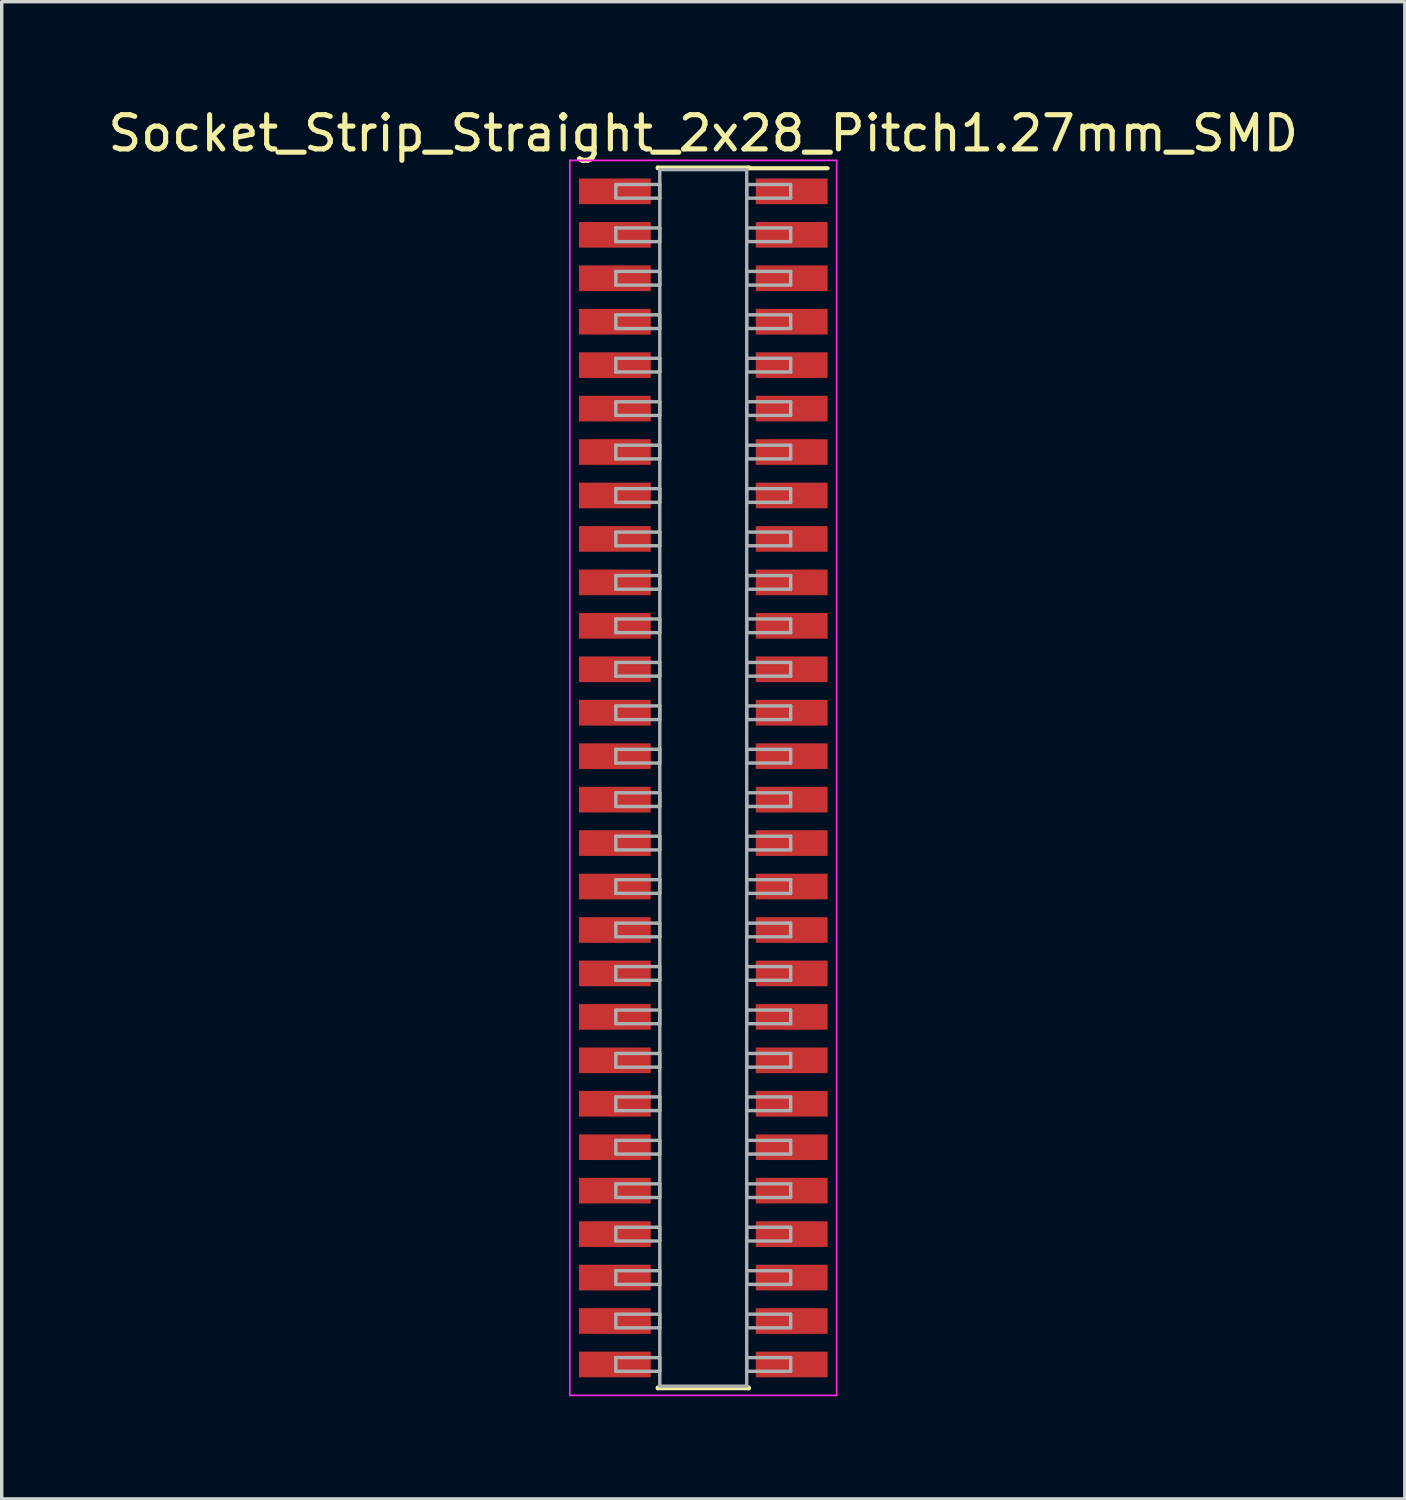
<source format=kicad_pcb>
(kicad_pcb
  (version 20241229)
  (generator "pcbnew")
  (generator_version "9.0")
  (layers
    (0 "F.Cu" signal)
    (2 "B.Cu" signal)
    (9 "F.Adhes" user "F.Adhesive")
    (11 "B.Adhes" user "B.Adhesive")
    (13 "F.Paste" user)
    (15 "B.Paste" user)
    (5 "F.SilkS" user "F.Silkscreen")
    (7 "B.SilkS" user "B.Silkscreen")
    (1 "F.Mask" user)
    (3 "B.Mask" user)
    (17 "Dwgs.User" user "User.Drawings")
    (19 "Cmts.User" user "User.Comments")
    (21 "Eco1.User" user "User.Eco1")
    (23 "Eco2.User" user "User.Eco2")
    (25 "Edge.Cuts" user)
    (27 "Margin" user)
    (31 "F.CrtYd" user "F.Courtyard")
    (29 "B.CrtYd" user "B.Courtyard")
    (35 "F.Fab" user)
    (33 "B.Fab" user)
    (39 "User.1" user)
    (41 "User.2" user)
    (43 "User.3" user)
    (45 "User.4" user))
  (footprint "Socket_Strip_Straight_2x28_Pitch1.27mm_SMD"
    (layer "F.Cu")
    (at 17.506 19.688)
    (property "Reference" "Socket_Strip_Straight_2x28_Pitch1.27mm_SMD" (at 0 -18.84 0) (layer "F.SilkS") (effects (font (size 1 1) (thickness 0.15))))
    (attr smd)
    (fp_line (start -1.33 -17.84) (end 1.33 -17.84) (stroke (width 0.12) (type solid)) (layer "F.SilkS"))
    (fp_line (start -1.33 -17.82) (end -1.33 -17.84) (stroke (width 0.12) (type solid)) (layer "F.SilkS"))
    (fp_line (start -1.33 17.82) (end -1.33 17.84) (stroke (width 0.12) (type solid)) (layer "F.SilkS"))
    (fp_line (start -1.33 17.84) (end 1.33 17.84) (stroke (width 0.12) (type solid)) (layer "F.SilkS"))
    (fp_line (start 1.33 -17.84) (end 1.33 -17.82) (stroke (width 0.12) (type solid)) (layer "F.SilkS"))
    (fp_line (start 1.33 17.84) (end 1.33 17.82) (stroke (width 0.12) (type solid)) (layer "F.SilkS"))
    (fp_line (start 3.635 -17.82) (end 1.33 -17.82) (stroke (width 0.12) (type solid)) (layer "F.SilkS"))
    (fp_line (start -3.9 -18.05) (end -3.9 18.05) (stroke (width 0.05) (type solid)) (layer "F.CrtYd"))
    (fp_line (start -3.9 18.05) (end 3.9 18.05) (stroke (width 0.05) (type solid)) (layer "F.CrtYd"))
    (fp_line (start 3.9 -18.05) (end -3.9 -18.05) (stroke (width 0.05) (type solid)) (layer "F.CrtYd"))
    (fp_line (start 3.9 18.05) (end 3.9 -18.05) (stroke (width 0.05) (type solid)) (layer "F.CrtYd"))
    (fp_line (start -2.555 -17.345) (end -1.27 -17.345) (stroke (width 0.1) (type solid)) (layer "F.Fab"))
    (fp_line (start -2.555 -16.945) (end -2.555 -17.345) (stroke (width 0.1) (type solid)) (layer "F.Fab"))
    (fp_line (start -2.555 -16.075) (end -1.27 -16.075) (stroke (width 0.1) (type solid)) (layer "F.Fab"))
    (fp_line (start -2.555 -15.675) (end -2.555 -16.075) (stroke (width 0.1) (type solid)) (layer "F.Fab"))
    (fp_line (start -2.555 -14.805) (end -1.27 -14.805) (stroke (width 0.1) (type solid)) (layer "F.Fab"))
    (fp_line (start -2.555 -14.405) (end -2.555 -14.805) (stroke (width 0.1) (type solid)) (layer "F.Fab"))
    (fp_line (start -2.555 -13.535) (end -1.27 -13.535) (stroke (width 0.1) (type solid)) (layer "F.Fab"))
    (fp_line (start -2.555 -13.135) (end -2.555 -13.535) (stroke (width 0.1) (type solid)) (layer "F.Fab"))
    (fp_line (start -2.555 -12.265) (end -1.27 -12.265) (stroke (width 0.1) (type solid)) (layer "F.Fab"))
    (fp_line (start -2.555 -11.865) (end -2.555 -12.265) (stroke (width 0.1) (type solid)) (layer "F.Fab"))
    (fp_line (start -2.555 -10.995) (end -1.27 -10.995) (stroke (width 0.1) (type solid)) (layer "F.Fab"))
    (fp_line (start -2.555 -10.595) (end -2.555 -10.995) (stroke (width 0.1) (type solid)) (layer "F.Fab"))
    (fp_line (start -2.555 -9.725) (end -1.27 -9.725) (stroke (width 0.1) (type solid)) (layer "F.Fab"))
    (fp_line (start -2.555 -9.325) (end -2.555 -9.725) (stroke (width 0.1) (type solid)) (layer "F.Fab"))
    (fp_line (start -2.555 -8.455) (end -1.27 -8.455) (stroke (width 0.1) (type solid)) (layer "F.Fab"))
    (fp_line (start -2.555 -8.055) (end -2.555 -8.455) (stroke (width 0.1) (type solid)) (layer "F.Fab"))
    (fp_line (start -2.555 -7.185) (end -1.27 -7.185) (stroke (width 0.1) (type solid)) (layer "F.Fab"))
    (fp_line (start -2.555 -6.785) (end -2.555 -7.185) (stroke (width 0.1) (type solid)) (layer "F.Fab"))
    (fp_line (start -2.555 -5.915) (end -1.27 -5.915) (stroke (width 0.1) (type solid)) (layer "F.Fab"))
    (fp_line (start -2.555 -5.515) (end -2.555 -5.915) (stroke (width 0.1) (type solid)) (layer "F.Fab"))
    (fp_line (start -2.555 -4.645) (end -1.27 -4.645) (stroke (width 0.1) (type solid)) (layer "F.Fab"))
    (fp_line (start -2.555 -4.245) (end -2.555 -4.645) (stroke (width 0.1) (type solid)) (layer "F.Fab"))
    (fp_line (start -2.555 -3.375) (end -1.27 -3.375) (stroke (width 0.1) (type solid)) (layer "F.Fab"))
    (fp_line (start -2.555 -2.975) (end -2.555 -3.375) (stroke (width 0.1) (type solid)) (layer "F.Fab"))
    (fp_line (start -2.555 -2.105) (end -1.27 -2.105) (stroke (width 0.1) (type solid)) (layer "F.Fab"))
    (fp_line (start -2.555 -1.705) (end -2.555 -2.105) (stroke (width 0.1) (type solid)) (layer "F.Fab"))
    (fp_line (start -2.555 -0.835) (end -1.27 -0.835) (stroke (width 0.1) (type solid)) (layer "F.Fab"))
    (fp_line (start -2.555 -0.435) (end -2.555 -0.835) (stroke (width 0.1) (type solid)) (layer "F.Fab"))
    (fp_line (start -2.555 0.435) (end -1.27 0.435) (stroke (width 0.1) (type solid)) (layer "F.Fab"))
    (fp_line (start -2.555 0.835) (end -2.555 0.435) (stroke (width 0.1) (type solid)) (layer "F.Fab"))
    (fp_line (start -2.555 1.705) (end -1.27 1.705) (stroke (width 0.1) (type solid)) (layer "F.Fab"))
    (fp_line (start -2.555 2.105) (end -2.555 1.705) (stroke (width 0.1) (type solid)) (layer "F.Fab"))
    (fp_line (start -2.555 2.975) (end -1.27 2.975) (stroke (width 0.1) (type solid)) (layer "F.Fab"))
    (fp_line (start -2.555 3.375) (end -2.555 2.975) (stroke (width 0.1) (type solid)) (layer "F.Fab"))
    (fp_line (start -2.555 4.245) (end -1.27 4.245) (stroke (width 0.1) (type solid)) (layer "F.Fab"))
    (fp_line (start -2.555 4.645) (end -2.555 4.245) (stroke (width 0.1) (type solid)) (layer "F.Fab"))
    (fp_line (start -2.555 5.515) (end -1.27 5.515) (stroke (width 0.1) (type solid)) (layer "F.Fab"))
    (fp_line (start -2.555 5.915) (end -2.555 5.515) (stroke (width 0.1) (type solid)) (layer "F.Fab"))
    (fp_line (start -2.555 6.785) (end -1.27 6.785) (stroke (width 0.1) (type solid)) (layer "F.Fab"))
    (fp_line (start -2.555 7.185) (end -2.555 6.785) (stroke (width 0.1) (type solid)) (layer "F.Fab"))
    (fp_line (start -2.555 8.055) (end -1.27 8.055) (stroke (width 0.1) (type solid)) (layer "F.Fab"))
    (fp_line (start -2.555 8.455) (end -2.555 8.055) (stroke (width 0.1) (type solid)) (layer "F.Fab"))
    (fp_line (start -2.555 9.325) (end -1.27 9.325) (stroke (width 0.1) (type solid)) (layer "F.Fab"))
    (fp_line (start -2.555 9.725) (end -2.555 9.325) (stroke (width 0.1) (type solid)) (layer "F.Fab"))
    (fp_line (start -2.555 10.595) (end -1.27 10.595) (stroke (width 0.1) (type solid)) (layer "F.Fab"))
    (fp_line (start -2.555 10.995) (end -2.555 10.595) (stroke (width 0.1) (type solid)) (layer "F.Fab"))
    (fp_line (start -2.555 11.865) (end -1.27 11.865) (stroke (width 0.1) (type solid)) (layer "F.Fab"))
    (fp_line (start -2.555 12.265) (end -2.555 11.865) (stroke (width 0.1) (type solid)) (layer "F.Fab"))
    (fp_line (start -2.555 13.135) (end -1.27 13.135) (stroke (width 0.1) (type solid)) (layer "F.Fab"))
    (fp_line (start -2.555 13.535) (end -2.555 13.135) (stroke (width 0.1) (type solid)) (layer "F.Fab"))
    (fp_line (start -2.555 14.405) (end -1.27 14.405) (stroke (width 0.1) (type solid)) (layer "F.Fab"))
    (fp_line (start -2.555 14.805) (end -2.555 14.405) (stroke (width 0.1) (type solid)) (layer "F.Fab"))
    (fp_line (start -2.555 15.675) (end -1.27 15.675) (stroke (width 0.1) (type solid)) (layer "F.Fab"))
    (fp_line (start -2.555 16.075) (end -2.555 15.675) (stroke (width 0.1) (type solid)) (layer "F.Fab"))
    (fp_line (start -2.555 16.945) (end -1.27 16.945) (stroke (width 0.1) (type solid)) (layer "F.Fab"))
    (fp_line (start -2.555 17.345) (end -2.555 16.945) (stroke (width 0.1) (type solid)) (layer "F.Fab"))
    (fp_line (start -1.27 -17.78) (end -1.27 17.78) (stroke (width 0.1) (type solid)) (layer "F.Fab"))
    (fp_line (start -1.27 -17.345) (end -1.27 -16.945) (stroke (width 0.1) (type solid)) (layer "F.Fab"))
    (fp_line (start -1.27 -16.945) (end -2.555 -16.945) (stroke (width 0.1) (type solid)) (layer "F.Fab"))
    (fp_line (start -1.27 -16.075) (end -1.27 -15.675) (stroke (width 0.1) (type solid)) (layer "F.Fab"))
    (fp_line (start -1.27 -15.675) (end -2.555 -15.675) (stroke (width 0.1) (type solid)) (layer "F.Fab"))
    (fp_line (start -1.27 -14.805) (end -1.27 -14.405) (stroke (width 0.1) (type solid)) (layer "F.Fab"))
    (fp_line (start -1.27 -14.405) (end -2.555 -14.405) (stroke (width 0.1) (type solid)) (layer "F.Fab"))
    (fp_line (start -1.27 -13.535) (end -1.27 -13.135) (stroke (width 0.1) (type solid)) (layer "F.Fab"))
    (fp_line (start -1.27 -13.135) (end -2.555 -13.135) (stroke (width 0.1) (type solid)) (layer "F.Fab"))
    (fp_line (start -1.27 -12.265) (end -1.27 -11.865) (stroke (width 0.1) (type solid)) (layer "F.Fab"))
    (fp_line (start -1.27 -11.865) (end -2.555 -11.865) (stroke (width 0.1) (type solid)) (layer "F.Fab"))
    (fp_line (start -1.27 -10.995) (end -1.27 -10.595) (stroke (width 0.1) (type solid)) (layer "F.Fab"))
    (fp_line (start -1.27 -10.595) (end -2.555 -10.595) (stroke (width 0.1) (type solid)) (layer "F.Fab"))
    (fp_line (start -1.27 -9.725) (end -1.27 -9.325) (stroke (width 0.1) (type solid)) (layer "F.Fab"))
    (fp_line (start -1.27 -9.325) (end -2.555 -9.325) (stroke (width 0.1) (type solid)) (layer "F.Fab"))
    (fp_line (start -1.27 -8.455) (end -1.27 -8.055) (stroke (width 0.1) (type solid)) (layer "F.Fab"))
    (fp_line (start -1.27 -8.055) (end -2.555 -8.055) (stroke (width 0.1) (type solid)) (layer "F.Fab"))
    (fp_line (start -1.27 -7.185) (end -1.27 -6.785) (stroke (width 0.1) (type solid)) (layer "F.Fab"))
    (fp_line (start -1.27 -6.785) (end -2.555 -6.785) (stroke (width 0.1) (type solid)) (layer "F.Fab"))
    (fp_line (start -1.27 -5.915) (end -1.27 -5.515) (stroke (width 0.1) (type solid)) (layer "F.Fab"))
    (fp_line (start -1.27 -5.515) (end -2.555 -5.515) (stroke (width 0.1) (type solid)) (layer "F.Fab"))
    (fp_line (start -1.27 -4.645) (end -1.27 -4.245) (stroke (width 0.1) (type solid)) (layer "F.Fab"))
    (fp_line (start -1.27 -4.245) (end -2.555 -4.245) (stroke (width 0.1) (type solid)) (layer "F.Fab"))
    (fp_line (start -1.27 -3.375) (end -1.27 -2.975) (stroke (width 0.1) (type solid)) (layer "F.Fab"))
    (fp_line (start -1.27 -2.975) (end -2.555 -2.975) (stroke (width 0.1) (type solid)) (layer "F.Fab"))
    (fp_line (start -1.27 -2.105) (end -1.27 -1.705) (stroke (width 0.1) (type solid)) (layer "F.Fab"))
    (fp_line (start -1.27 -1.705) (end -2.555 -1.705) (stroke (width 0.1) (type solid)) (layer "F.Fab"))
    (fp_line (start -1.27 -0.835) (end -1.27 -0.435) (stroke (width 0.1) (type solid)) (layer "F.Fab"))
    (fp_line (start -1.27 -0.435) (end -2.555 -0.435) (stroke (width 0.1) (type solid)) (layer "F.Fab"))
    (fp_line (start -1.27 0.435) (end -1.27 0.835) (stroke (width 0.1) (type solid)) (layer "F.Fab"))
    (fp_line (start -1.27 0.835) (end -2.555 0.835) (stroke (width 0.1) (type solid)) (layer "F.Fab"))
    (fp_line (start -1.27 1.705) (end -1.27 2.105) (stroke (width 0.1) (type solid)) (layer "F.Fab"))
    (fp_line (start -1.27 2.105) (end -2.555 2.105) (stroke (width 0.1) (type solid)) (layer "F.Fab"))
    (fp_line (start -1.27 2.975) (end -1.27 3.375) (stroke (width 0.1) (type solid)) (layer "F.Fab"))
    (fp_line (start -1.27 3.375) (end -2.555 3.375) (stroke (width 0.1) (type solid)) (layer "F.Fab"))
    (fp_line (start -1.27 4.245) (end -1.27 4.645) (stroke (width 0.1) (type solid)) (layer "F.Fab"))
    (fp_line (start -1.27 4.645) (end -2.555 4.645) (stroke (width 0.1) (type solid)) (layer "F.Fab"))
    (fp_line (start -1.27 5.515) (end -1.27 5.915) (stroke (width 0.1) (type solid)) (layer "F.Fab"))
    (fp_line (start -1.27 5.915) (end -2.555 5.915) (stroke (width 0.1) (type solid)) (layer "F.Fab"))
    (fp_line (start -1.27 6.785) (end -1.27 7.185) (stroke (width 0.1) (type solid)) (layer "F.Fab"))
    (fp_line (start -1.27 7.185) (end -2.555 7.185) (stroke (width 0.1) (type solid)) (layer "F.Fab"))
    (fp_line (start -1.27 8.055) (end -1.27 8.455) (stroke (width 0.1) (type solid)) (layer "F.Fab"))
    (fp_line (start -1.27 8.455) (end -2.555 8.455) (stroke (width 0.1) (type solid)) (layer "F.Fab"))
    (fp_line (start -1.27 9.325) (end -1.27 9.725) (stroke (width 0.1) (type solid)) (layer "F.Fab"))
    (fp_line (start -1.27 9.725) (end -2.555 9.725) (stroke (width 0.1) (type solid)) (layer "F.Fab"))
    (fp_line (start -1.27 10.595) (end -1.27 10.995) (stroke (width 0.1) (type solid)) (layer "F.Fab"))
    (fp_line (start -1.27 10.995) (end -2.555 10.995) (stroke (width 0.1) (type solid)) (layer "F.Fab"))
    (fp_line (start -1.27 11.865) (end -1.27 12.265) (stroke (width 0.1) (type solid)) (layer "F.Fab"))
    (fp_line (start -1.27 12.265) (end -2.555 12.265) (stroke (width 0.1) (type solid)) (layer "F.Fab"))
    (fp_line (start -1.27 13.135) (end -1.27 13.535) (stroke (width 0.1) (type solid)) (layer "F.Fab"))
    (fp_line (start -1.27 13.535) (end -2.555 13.535) (stroke (width 0.1) (type solid)) (layer "F.Fab"))
    (fp_line (start -1.27 14.405) (end -1.27 14.805) (stroke (width 0.1) (type solid)) (layer "F.Fab"))
    (fp_line (start -1.27 14.805) (end -2.555 14.805) (stroke (width 0.1) (type solid)) (layer "F.Fab"))
    (fp_line (start -1.27 15.675) (end -1.27 16.075) (stroke (width 0.1) (type solid)) (layer "F.Fab"))
    (fp_line (start -1.27 16.075) (end -2.555 16.075) (stroke (width 0.1) (type solid)) (layer "F.Fab"))
    (fp_line (start -1.27 16.945) (end -1.27 17.345) (stroke (width 0.1) (type solid)) (layer "F.Fab"))
    (fp_line (start -1.27 17.345) (end -2.555 17.345) (stroke (width 0.1) (type solid)) (layer "F.Fab"))
    (fp_line (start -1.27 17.78) (end 1.27 17.78) (stroke (width 0.1) (type solid)) (layer "F.Fab"))
    (fp_line (start 1.27 -17.78) (end -1.27 -17.78) (stroke (width 0.1) (type solid)) (layer "F.Fab"))
    (fp_line (start 1.27 -17.345) (end 1.27 -16.945) (stroke (width 0.1) (type solid)) (layer "F.Fab"))
    (fp_line (start 1.27 -16.945) (end 2.555 -16.945) (stroke (width 0.1) (type solid)) (layer "F.Fab"))
    (fp_line (start 1.27 -16.075) (end 1.27 -15.675) (stroke (width 0.1) (type solid)) (layer "F.Fab"))
    (fp_line (start 1.27 -15.675) (end 2.555 -15.675) (stroke (width 0.1) (type solid)) (layer "F.Fab"))
    (fp_line (start 1.27 -14.805) (end 1.27 -14.405) (stroke (width 0.1) (type solid)) (layer "F.Fab"))
    (fp_line (start 1.27 -14.405) (end 2.555 -14.405) (stroke (width 0.1) (type solid)) (layer "F.Fab"))
    (fp_line (start 1.27 -13.535) (end 1.27 -13.135) (stroke (width 0.1) (type solid)) (layer "F.Fab"))
    (fp_line (start 1.27 -13.135) (end 2.555 -13.135) (stroke (width 0.1) (type solid)) (layer "F.Fab"))
    (fp_line (start 1.27 -12.265) (end 1.27 -11.865) (stroke (width 0.1) (type solid)) (layer "F.Fab"))
    (fp_line (start 1.27 -11.865) (end 2.555 -11.865) (stroke (width 0.1) (type solid)) (layer "F.Fab"))
    (fp_line (start 1.27 -10.995) (end 1.27 -10.595) (stroke (width 0.1) (type solid)) (layer "F.Fab"))
    (fp_line (start 1.27 -10.595) (end 2.555 -10.595) (stroke (width 0.1) (type solid)) (layer "F.Fab"))
    (fp_line (start 1.27 -9.725) (end 1.27 -9.325) (stroke (width 0.1) (type solid)) (layer "F.Fab"))
    (fp_line (start 1.27 -9.325) (end 2.555 -9.325) (stroke (width 0.1) (type solid)) (layer "F.Fab"))
    (fp_line (start 1.27 -8.455) (end 1.27 -8.055) (stroke (width 0.1) (type solid)) (layer "F.Fab"))
    (fp_line (start 1.27 -8.055) (end 2.555 -8.055) (stroke (width 0.1) (type solid)) (layer "F.Fab"))
    (fp_line (start 1.27 -7.185) (end 1.27 -6.785) (stroke (width 0.1) (type solid)) (layer "F.Fab"))
    (fp_line (start 1.27 -6.785) (end 2.555 -6.785) (stroke (width 0.1) (type solid)) (layer "F.Fab"))
    (fp_line (start 1.27 -5.915) (end 1.27 -5.515) (stroke (width 0.1) (type solid)) (layer "F.Fab"))
    (fp_line (start 1.27 -5.515) (end 2.555 -5.515) (stroke (width 0.1) (type solid)) (layer "F.Fab"))
    (fp_line (start 1.27 -4.645) (end 1.27 -4.245) (stroke (width 0.1) (type solid)) (layer "F.Fab"))
    (fp_line (start 1.27 -4.245) (end 2.555 -4.245) (stroke (width 0.1) (type solid)) (layer "F.Fab"))
    (fp_line (start 1.27 -3.375) (end 1.27 -2.975) (stroke (width 0.1) (type solid)) (layer "F.Fab"))
    (fp_line (start 1.27 -2.975) (end 2.555 -2.975) (stroke (width 0.1) (type solid)) (layer "F.Fab"))
    (fp_line (start 1.27 -2.105) (end 1.27 -1.705) (stroke (width 0.1) (type solid)) (layer "F.Fab"))
    (fp_line (start 1.27 -1.705) (end 2.555 -1.705) (stroke (width 0.1) (type solid)) (layer "F.Fab"))
    (fp_line (start 1.27 -0.835) (end 1.27 -0.435) (stroke (width 0.1) (type solid)) (layer "F.Fab"))
    (fp_line (start 1.27 -0.435) (end 2.555 -0.435) (stroke (width 0.1) (type solid)) (layer "F.Fab"))
    (fp_line (start 1.27 0.435) (end 1.27 0.835) (stroke (width 0.1) (type solid)) (layer "F.Fab"))
    (fp_line (start 1.27 0.835) (end 2.555 0.835) (stroke (width 0.1) (type solid)) (layer "F.Fab"))
    (fp_line (start 1.27 1.705) (end 1.27 2.105) (stroke (width 0.1) (type solid)) (layer "F.Fab"))
    (fp_line (start 1.27 2.105) (end 2.555 2.105) (stroke (width 0.1) (type solid)) (layer "F.Fab"))
    (fp_line (start 1.27 2.975) (end 1.27 3.375) (stroke (width 0.1) (type solid)) (layer "F.Fab"))
    (fp_line (start 1.27 3.375) (end 2.555 3.375) (stroke (width 0.1) (type solid)) (layer "F.Fab"))
    (fp_line (start 1.27 4.245) (end 1.27 4.645) (stroke (width 0.1) (type solid)) (layer "F.Fab"))
    (fp_line (start 1.27 4.645) (end 2.555 4.645) (stroke (width 0.1) (type solid)) (layer "F.Fab"))
    (fp_line (start 1.27 5.515) (end 1.27 5.915) (stroke (width 0.1) (type solid)) (layer "F.Fab"))
    (fp_line (start 1.27 5.915) (end 2.555 5.915) (stroke (width 0.1) (type solid)) (layer "F.Fab"))
    (fp_line (start 1.27 6.785) (end 1.27 7.185) (stroke (width 0.1) (type solid)) (layer "F.Fab"))
    (fp_line (start 1.27 7.185) (end 2.555 7.185) (stroke (width 0.1) (type solid)) (layer "F.Fab"))
    (fp_line (start 1.27 8.055) (end 1.27 8.455) (stroke (width 0.1) (type solid)) (layer "F.Fab"))
    (fp_line (start 1.27 8.455) (end 2.555 8.455) (stroke (width 0.1) (type solid)) (layer "F.Fab"))
    (fp_line (start 1.27 9.325) (end 1.27 9.725) (stroke (width 0.1) (type solid)) (layer "F.Fab"))
    (fp_line (start 1.27 9.725) (end 2.555 9.725) (stroke (width 0.1) (type solid)) (layer "F.Fab"))
    (fp_line (start 1.27 10.595) (end 1.27 10.995) (stroke (width 0.1) (type solid)) (layer "F.Fab"))
    (fp_line (start 1.27 10.995) (end 2.555 10.995) (stroke (width 0.1) (type solid)) (layer "F.Fab"))
    (fp_line (start 1.27 11.865) (end 1.27 12.265) (stroke (width 0.1) (type solid)) (layer "F.Fab"))
    (fp_line (start 1.27 12.265) (end 2.555 12.265) (stroke (width 0.1) (type solid)) (layer "F.Fab"))
    (fp_line (start 1.27 13.135) (end 1.27 13.535) (stroke (width 0.1) (type solid)) (layer "F.Fab"))
    (fp_line (start 1.27 13.535) (end 2.555 13.535) (stroke (width 0.1) (type solid)) (layer "F.Fab"))
    (fp_line (start 1.27 14.405) (end 1.27 14.805) (stroke (width 0.1) (type solid)) (layer "F.Fab"))
    (fp_line (start 1.27 14.805) (end 2.555 14.805) (stroke (width 0.1) (type solid)) (layer "F.Fab"))
    (fp_line (start 1.27 15.675) (end 1.27 16.075) (stroke (width 0.1) (type solid)) (layer "F.Fab"))
    (fp_line (start 1.27 16.075) (end 2.555 16.075) (stroke (width 0.1) (type solid)) (layer "F.Fab"))
    (fp_line (start 1.27 16.945) (end 1.27 17.345) (stroke (width 0.1) (type solid)) (layer "F.Fab"))
    (fp_line (start 1.27 17.345) (end 2.555 17.345) (stroke (width 0.1) (type solid)) (layer "F.Fab"))
    (fp_line (start 1.27 17.78) (end 1.27 -17.78) (stroke (width 0.1) (type solid)) (layer "F.Fab"))
    (fp_line (start 2.555 -17.345) (end 1.27 -17.345) (stroke (width 0.1) (type solid)) (layer "F.Fab"))
    (fp_line (start 2.555 -16.945) (end 2.555 -17.345) (stroke (width 0.1) (type solid)) (layer "F.Fab"))
    (fp_line (start 2.555 -16.075) (end 1.27 -16.075) (stroke (width 0.1) (type solid)) (layer "F.Fab"))
    (fp_line (start 2.555 -15.675) (end 2.555 -16.075) (stroke (width 0.1) (type solid)) (layer "F.Fab"))
    (fp_line (start 2.555 -14.805) (end 1.27 -14.805) (stroke (width 0.1) (type solid)) (layer "F.Fab"))
    (fp_line (start 2.555 -14.405) (end 2.555 -14.805) (stroke (width 0.1) (type solid)) (layer "F.Fab"))
    (fp_line (start 2.555 -13.535) (end 1.27 -13.535) (stroke (width 0.1) (type solid)) (layer "F.Fab"))
    (fp_line (start 2.555 -13.135) (end 2.555 -13.535) (stroke (width 0.1) (type solid)) (layer "F.Fab"))
    (fp_line (start 2.555 -12.265) (end 1.27 -12.265) (stroke (width 0.1) (type solid)) (layer "F.Fab"))
    (fp_line (start 2.555 -11.865) (end 2.555 -12.265) (stroke (width 0.1) (type solid)) (layer "F.Fab"))
    (fp_line (start 2.555 -10.995) (end 1.27 -10.995) (stroke (width 0.1) (type solid)) (layer "F.Fab"))
    (fp_line (start 2.555 -10.595) (end 2.555 -10.995) (stroke (width 0.1) (type solid)) (layer "F.Fab"))
    (fp_line (start 2.555 -9.725) (end 1.27 -9.725) (stroke (width 0.1) (type solid)) (layer "F.Fab"))
    (fp_line (start 2.555 -9.325) (end 2.555 -9.725) (stroke (width 0.1) (type solid)) (layer "F.Fab"))
    (fp_line (start 2.555 -8.455) (end 1.27 -8.455) (stroke (width 0.1) (type solid)) (layer "F.Fab"))
    (fp_line (start 2.555 -8.055) (end 2.555 -8.455) (stroke (width 0.1) (type solid)) (layer "F.Fab"))
    (fp_line (start 2.555 -7.185) (end 1.27 -7.185) (stroke (width 0.1) (type solid)) (layer "F.Fab"))
    (fp_line (start 2.555 -6.785) (end 2.555 -7.185) (stroke (width 0.1) (type solid)) (layer "F.Fab"))
    (fp_line (start 2.555 -5.915) (end 1.27 -5.915) (stroke (width 0.1) (type solid)) (layer "F.Fab"))
    (fp_line (start 2.555 -5.515) (end 2.555 -5.915) (stroke (width 0.1) (type solid)) (layer "F.Fab"))
    (fp_line (start 2.555 -4.645) (end 1.27 -4.645) (stroke (width 0.1) (type solid)) (layer "F.Fab"))
    (fp_line (start 2.555 -4.245) (end 2.555 -4.645) (stroke (width 0.1) (type solid)) (layer "F.Fab"))
    (fp_line (start 2.555 -3.375) (end 1.27 -3.375) (stroke (width 0.1) (type solid)) (layer "F.Fab"))
    (fp_line (start 2.555 -2.975) (end 2.555 -3.375) (stroke (width 0.1) (type solid)) (layer "F.Fab"))
    (fp_line (start 2.555 -2.105) (end 1.27 -2.105) (stroke (width 0.1) (type solid)) (layer "F.Fab"))
    (fp_line (start 2.555 -1.705) (end 2.555 -2.105) (stroke (width 0.1) (type solid)) (layer "F.Fab"))
    (fp_line (start 2.555 -0.835) (end 1.27 -0.835) (stroke (width 0.1) (type solid)) (layer "F.Fab"))
    (fp_line (start 2.555 -0.435) (end 2.555 -0.835) (stroke (width 0.1) (type solid)) (layer "F.Fab"))
    (fp_line (start 2.555 0.435) (end 1.27 0.435) (stroke (width 0.1) (type solid)) (layer "F.Fab"))
    (fp_line (start 2.555 0.835) (end 2.555 0.435) (stroke (width 0.1) (type solid)) (layer "F.Fab"))
    (fp_line (start 2.555 1.705) (end 1.27 1.705) (stroke (width 0.1) (type solid)) (layer "F.Fab"))
    (fp_line (start 2.555 2.105) (end 2.555 1.705) (stroke (width 0.1) (type solid)) (layer "F.Fab"))
    (fp_line (start 2.555 2.975) (end 1.27 2.975) (stroke (width 0.1) (type solid)) (layer "F.Fab"))
    (fp_line (start 2.555 3.375) (end 2.555 2.975) (stroke (width 0.1) (type solid)) (layer "F.Fab"))
    (fp_line (start 2.555 4.245) (end 1.27 4.245) (stroke (width 0.1) (type solid)) (layer "F.Fab"))
    (fp_line (start 2.555 4.645) (end 2.555 4.245) (stroke (width 0.1) (type solid)) (layer "F.Fab"))
    (fp_line (start 2.555 5.515) (end 1.27 5.515) (stroke (width 0.1) (type solid)) (layer "F.Fab"))
    (fp_line (start 2.555 5.915) (end 2.555 5.515) (stroke (width 0.1) (type solid)) (layer "F.Fab"))
    (fp_line (start 2.555 6.785) (end 1.27 6.785) (stroke (width 0.1) (type solid)) (layer "F.Fab"))
    (fp_line (start 2.555 7.185) (end 2.555 6.785) (stroke (width 0.1) (type solid)) (layer "F.Fab"))
    (fp_line (start 2.555 8.055) (end 1.27 8.055) (stroke (width 0.1) (type solid)) (layer "F.Fab"))
    (fp_line (start 2.555 8.455) (end 2.555 8.055) (stroke (width 0.1) (type solid)) (layer "F.Fab"))
    (fp_line (start 2.555 9.325) (end 1.27 9.325) (stroke (width 0.1) (type solid)) (layer "F.Fab"))
    (fp_line (start 2.555 9.725) (end 2.555 9.325) (stroke (width 0.1) (type solid)) (layer "F.Fab"))
    (fp_line (start 2.555 10.595) (end 1.27 10.595) (stroke (width 0.1) (type solid)) (layer "F.Fab"))
    (fp_line (start 2.555 10.995) (end 2.555 10.595) (stroke (width 0.1) (type solid)) (layer "F.Fab"))
    (fp_line (start 2.555 11.865) (end 1.27 11.865) (stroke (width 0.1) (type solid)) (layer "F.Fab"))
    (fp_line (start 2.555 12.265) (end 2.555 11.865) (stroke (width 0.1) (type solid)) (layer "F.Fab"))
    (fp_line (start 2.555 13.135) (end 1.27 13.135) (stroke (width 0.1) (type solid)) (layer "F.Fab"))
    (fp_line (start 2.555 13.535) (end 2.555 13.135) (stroke (width 0.1) (type solid)) (layer "F.Fab"))
    (fp_line (start 2.555 14.405) (end 1.27 14.405) (stroke (width 0.1) (type solid)) (layer "F.Fab"))
    (fp_line (start 2.555 14.805) (end 2.555 14.405) (stroke (width 0.1) (type solid)) (layer "F.Fab"))
    (fp_line (start 2.555 15.675) (end 1.27 15.675) (stroke (width 0.1) (type solid)) (layer "F.Fab"))
    (fp_line (start 2.555 16.075) (end 2.555 15.675) (stroke (width 0.1) (type solid)) (layer "F.Fab"))
    (fp_line (start 2.555 16.945) (end 1.27 16.945) (stroke (width 0.1) (type solid)) (layer "F.Fab"))
    (fp_line (start 2.555 17.345) (end 2.555 16.945) (stroke (width 0.1) (type solid)) (layer "F.Fab"))
    (pad "1" smd rect (at 2.585 -17.145) (size 2.1 0.75) (layers "F.Cu" "F.Mask"))
    (pad "2" smd rect (at -2.585 -17.145) (size 2.1 0.75) (layers "F.Cu" "F.Mask"))
    (pad "3" smd rect (at 2.585 -15.875) (size 2.1 0.75) (layers "F.Cu" "F.Mask"))
    (pad "4" smd rect (at -2.585 -15.875) (size 2.1 0.75) (layers "F.Cu" "F.Mask"))
    (pad "5" smd rect (at 2.585 -14.605) (size 2.1 0.75) (layers "F.Cu" "F.Mask"))
    (pad "6" smd rect (at -2.585 -14.605) (size 2.1 0.75) (layers "F.Cu" "F.Mask"))
    (pad "7" smd rect (at 2.585 -13.335) (size 2.1 0.75) (layers "F.Cu" "F.Mask"))
    (pad "8" smd rect (at -2.585 -13.335) (size 2.1 0.75) (layers "F.Cu" "F.Mask"))
    (pad "9" smd rect (at 2.585 -12.065) (size 2.1 0.75) (layers "F.Cu" "F.Mask"))
    (pad "10" smd rect (at -2.585 -12.065) (size 2.1 0.75) (layers "F.Cu" "F.Mask"))
    (pad "11" smd rect (at 2.585 -10.795) (size 2.1 0.75) (layers "F.Cu" "F.Mask"))
    (pad "12" smd rect (at -2.585 -10.795) (size 2.1 0.75) (layers "F.Cu" "F.Mask"))
    (pad "13" smd rect (at 2.585 -9.525) (size 2.1 0.75) (layers "F.Cu" "F.Mask"))
    (pad "14" smd rect (at -2.585 -9.525) (size 2.1 0.75) (layers "F.Cu" "F.Mask"))
    (pad "15" smd rect (at 2.585 -8.255) (size 2.1 0.75) (layers "F.Cu" "F.Mask"))
    (pad "16" smd rect (at -2.585 -8.255) (size 2.1 0.75) (layers "F.Cu" "F.Mask"))
    (pad "17" smd rect (at 2.585 -6.985) (size 2.1 0.75) (layers "F.Cu" "F.Mask"))
    (pad "18" smd rect (at -2.585 -6.985) (size 2.1 0.75) (layers "F.Cu" "F.Mask"))
    (pad "19" smd rect (at 2.585 -5.715) (size 2.1 0.75) (layers "F.Cu" "F.Mask"))
    (pad "20" smd rect (at -2.585 -5.715) (size 2.1 0.75) (layers "F.Cu" "F.Mask"))
    (pad "21" smd rect (at 2.585 -4.445) (size 2.1 0.75) (layers "F.Cu" "F.Mask"))
    (pad "22" smd rect (at -2.585 -4.445) (size 2.1 0.75) (layers "F.Cu" "F.Mask"))
    (pad "23" smd rect (at 2.585 -3.175) (size 2.1 0.75) (layers "F.Cu" "F.Mask"))
    (pad "24" smd rect (at -2.585 -3.175) (size 2.1 0.75) (layers "F.Cu" "F.Mask"))
    (pad "25" smd rect (at 2.585 -1.905) (size 2.1 0.75) (layers "F.Cu" "F.Mask"))
    (pad "26" smd rect (at -2.585 -1.905) (size 2.1 0.75) (layers "F.Cu" "F.Mask"))
    (pad "27" smd rect (at 2.585 -0.635) (size 2.1 0.75) (layers "F.Cu" "F.Mask"))
    (pad "28" smd rect (at -2.585 -0.635) (size 2.1 0.75) (layers "F.Cu" "F.Mask"))
    (pad "29" smd rect (at 2.585 0.635) (size 2.1 0.75) (layers "F.Cu" "F.Mask"))
    (pad "30" smd rect (at -2.585 0.635) (size 2.1 0.75) (layers "F.Cu" "F.Mask"))
    (pad "31" smd rect (at 2.585 1.905) (size 2.1 0.75) (layers "F.Cu" "F.Mask"))
    (pad "32" smd rect (at -2.585 1.905) (size 2.1 0.75) (layers "F.Cu" "F.Mask"))
    (pad "33" smd rect (at 2.585 3.175) (size 2.1 0.75) (layers "F.Cu" "F.Mask"))
    (pad "34" smd rect (at -2.585 3.175) (size 2.1 0.75) (layers "F.Cu" "F.Mask"))
    (pad "35" smd rect (at 2.585 4.445) (size 2.1 0.75) (layers "F.Cu" "F.Mask"))
    (pad "36" smd rect (at -2.585 4.445) (size 2.1 0.75) (layers "F.Cu" "F.Mask"))
    (pad "37" smd rect (at 2.585 5.715) (size 2.1 0.75) (layers "F.Cu" "F.Mask"))
    (pad "38" smd rect (at -2.585 5.715) (size 2.1 0.75) (layers "F.Cu" "F.Mask"))
    (pad "39" smd rect (at 2.585 6.985) (size 2.1 0.75) (layers "F.Cu" "F.Mask"))
    (pad "40" smd rect (at -2.585 6.985) (size 2.1 0.75) (layers "F.Cu" "F.Mask"))
    (pad "41" smd rect (at 2.585 8.255) (size 2.1 0.75) (layers "F.Cu" "F.Mask"))
    (pad "42" smd rect (at -2.585 8.255) (size 2.1 0.75) (layers "F.Cu" "F.Mask"))
    (pad "43" smd rect (at 2.585 9.525) (size 2.1 0.75) (layers "F.Cu" "F.Mask"))
    (pad "44" smd rect (at -2.585 9.525) (size 2.1 0.75) (layers "F.Cu" "F.Mask"))
    (pad "45" smd rect (at 2.585 10.795) (size 2.1 0.75) (layers "F.Cu" "F.Mask"))
    (pad "46" smd rect (at -2.585 10.795) (size 2.1 0.75) (layers "F.Cu" "F.Mask"))
    (pad "47" smd rect (at 2.585 12.065) (size 2.1 0.75) (layers "F.Cu" "F.Mask"))
    (pad "48" smd rect (at -2.585 12.065) (size 2.1 0.75) (layers "F.Cu" "F.Mask"))
    (pad "49" smd rect (at 2.585 13.335) (size 2.1 0.75) (layers "F.Cu" "F.Mask"))
    (pad "50" smd rect (at -2.585 13.335) (size 2.1 0.75) (layers "F.Cu" "F.Mask"))
    (pad "51" smd rect (at 2.585 14.605) (size 2.1 0.75) (layers "F.Cu" "F.Mask"))
    (pad "52" smd rect (at -2.585 14.605) (size 2.1 0.75) (layers "F.Cu" "F.Mask"))
    (pad "53" smd rect (at 2.585 15.875) (size 2.1 0.75) (layers "F.Cu" "F.Mask"))
    (pad "54" smd rect (at -2.585 15.875) (size 2.1 0.75) (layers "F.Cu" "F.Mask"))
    (pad "55" smd rect (at 2.585 17.145) (size 2.1 0.75) (layers "F.Cu" "F.Mask"))
    (pad "56" smd rect (at -2.585 17.145) (size 2.1 0.75) (layers "F.Cu" "F.Mask")))
  (gr_rect
    (start -3 -3)
    (end 38.012 40.763)
    (stroke (width 0.1) (type default))
    (fill no)
    (layer "Edge.Cuts")))
</source>
